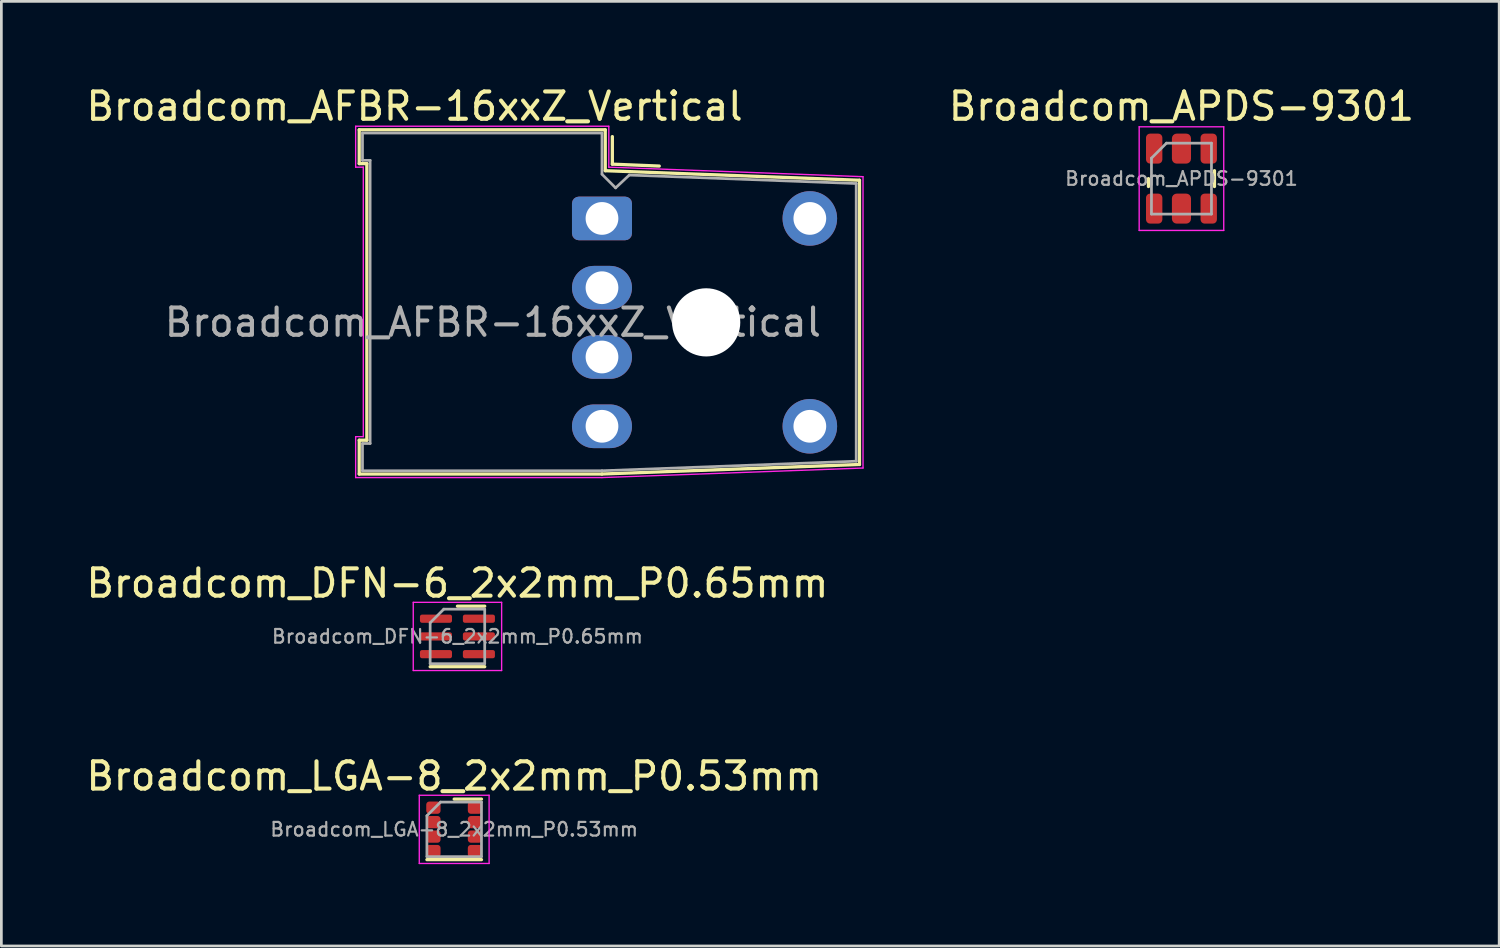
<source format=kicad_pcb>
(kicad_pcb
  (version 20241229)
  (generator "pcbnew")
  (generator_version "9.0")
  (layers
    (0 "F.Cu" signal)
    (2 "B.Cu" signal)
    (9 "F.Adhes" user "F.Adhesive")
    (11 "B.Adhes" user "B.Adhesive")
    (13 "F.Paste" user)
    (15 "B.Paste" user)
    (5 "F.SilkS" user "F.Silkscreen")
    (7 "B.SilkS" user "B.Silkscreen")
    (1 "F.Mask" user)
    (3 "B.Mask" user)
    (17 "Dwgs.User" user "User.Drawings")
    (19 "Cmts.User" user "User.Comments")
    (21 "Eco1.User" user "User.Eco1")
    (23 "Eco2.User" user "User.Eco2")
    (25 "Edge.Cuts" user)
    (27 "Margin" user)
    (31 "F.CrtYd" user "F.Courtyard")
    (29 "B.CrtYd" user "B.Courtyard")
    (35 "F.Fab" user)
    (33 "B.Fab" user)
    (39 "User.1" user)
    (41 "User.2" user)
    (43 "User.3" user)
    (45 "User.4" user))
  (footprint "Broadcom_AFBR-16xxZ_Vertical"
    (layer "F.Cu")
    (at 19.019 4.958)
    (property "Reference" "Broadcom_AFBR-16xxZ_Vertical" (at -6.87 -4.11 0) (layer "F.SilkS") (effects (font (size 1 1) (thickness 0.15))))
    (attr through_hole)
    (fp_line (start -8.9 -3.25) (end 0.12 -3.25) (stroke (width 0.12) (type solid)) (layer "F.SilkS"))
    (fp_line (start -8.9 -2.01) (end -8.9 -3.25) (stroke (width 0.12) (type solid)) (layer "F.SilkS"))
    (fp_line (start -8.9 8.13) (end -8.62 8.13) (stroke (width 0.12) (type solid)) (layer "F.SilkS"))
    (fp_line (start -8.9 9.37) (end -8.9 8.13) (stroke (width 0.12) (type solid)) (layer "F.SilkS"))
    (fp_line (start -8.62 -2.01) (end -8.9 -2.01) (stroke (width 0.12) (type solid)) (layer "F.SilkS"))
    (fp_line (start -8.62 8.13) (end -8.62 -2.01) (stroke (width 0.12) (type solid)) (layer "F.SilkS"))
    (fp_line (start 0 9.37) (end -8.9 9.37) (stroke (width 0.12) (type solid)) (layer "F.SilkS"))
    (fp_line (start 0.12 -3.25) (end 0.12 -1.75) (stroke (width 0.12) (type solid)) (layer "F.SilkS"))
    (fp_line (start 0.12 -1.75) (end 9.44 -1.4) (stroke (width 0.12) (type solid)) (layer "F.SilkS"))
    (fp_line (start 0.38 -3) (end 0.38 -1.99) (stroke (width 0.12) (type solid)) (layer "F.SilkS"))
    (fp_line (start 0.38 -1.99) (end 2.1 -1.92) (stroke (width 0.12) (type solid)) (layer "F.SilkS"))
    (fp_line (start 9.44 -1.4) (end 9.44 9.02) (stroke (width 0.12) (type solid)) (layer "F.SilkS"))
    (fp_line (start 9.44 9.02) (end 0 9.37) (stroke (width 0.12) (type solid)) (layer "F.SilkS"))
    (fp_line (start -9.03 -3.38) (end -9.03 -1.88) (stroke (width 0.05) (type solid)) (layer "F.CrtYd"))
    (fp_line (start -9.03 -1.88) (end -8.75 -1.88) (stroke (width 0.05) (type solid)) (layer "F.CrtYd"))
    (fp_line (start -9.03 8) (end -9.03 9.5) (stroke (width 0.05) (type solid)) (layer "F.CrtYd"))
    (fp_line (start -9.03 9.5) (end 0 9.5) (stroke (width 0.05) (type solid)) (layer "F.CrtYd"))
    (fp_line (start -8.75 -1.88) (end -8.75 8) (stroke (width 0.05) (type solid)) (layer "F.CrtYd"))
    (fp_line (start -8.75 8) (end -9.03 8) (stroke (width 0.05) (type solid)) (layer "F.CrtYd"))
    (fp_line (start 0 9.5) (end 9.57 9.15) (stroke (width 0.05) (type solid)) (layer "F.CrtYd"))
    (fp_line (start 0.25 -3.38) (end -9.03 -3.38) (stroke (width 0.05) (type solid)) (layer "F.CrtYd"))
    (fp_line (start 0.25 -1.88) (end 0.25 -3.38) (stroke (width 0.05) (type solid)) (layer "F.CrtYd"))
    (fp_line (start 9.57 -1.53) (end 0.25 -1.88) (stroke (width 0.05) (type solid)) (layer "F.CrtYd"))
    (fp_line (start 9.57 9.15) (end 9.57 -1.53) (stroke (width 0.05) (type solid)) (layer "F.CrtYd"))
    (fp_line (start -8.78 -3.13) (end -8.78 -2.13) (stroke (width 0.1) (type solid)) (layer "F.Fab"))
    (fp_line (start -8.78 -3.13) (end 0 -3.13) (stroke (width 0.1) (type solid)) (layer "F.Fab"))
    (fp_line (start -8.78 -2.13) (end -8.5 -2.13) (stroke (width 0.1) (type solid)) (layer "F.Fab"))
    (fp_line (start -8.78 8.25) (end -8.78 9.25) (stroke (width 0.1) (type solid)) (layer "F.Fab"))
    (fp_line (start -8.5 -2.13) (end -8.5 8.25) (stroke (width 0.1) (type solid)) (layer "F.Fab"))
    (fp_line (start -8.5 8.25) (end -8.78 8.25) (stroke (width 0.1) (type solid)) (layer "F.Fab"))
    (fp_line (start 0 -1.63) (end 0 -3.13) (stroke (width 0.1) (type solid)) (layer "F.Fab"))
    (fp_line (start 0 -1.62) (end 0.5 -1.12) (stroke (width 0.1) (type solid)) (layer "F.Fab"))
    (fp_line (start 0 9.25) (end -8.78 9.25) (stroke (width 0.1) (type solid)) (layer "F.Fab"))
    (fp_line (start 0 9.25) (end 9.32 8.9) (stroke (width 0.1) (type solid)) (layer "F.Fab"))
    (fp_line (start 0.5 -1.12) (end 1 -1.59) (stroke (width 0.1) (type solid)) (layer "F.Fab"))
    (fp_line (start 9.32 -1.28) (end 1 -1.59) (stroke (width 0.1) (type solid)) (layer "F.Fab"))
    (fp_line (start 9.32 8.9) (end 9.32 -1.28) (stroke (width 0.1) (type solid)) (layer "F.Fab"))
    (fp_text user "${REFERENCE}" (at -4 3.81 0) (layer "F.Fab") (effects (font (size 1 1) (thickness 0.15))))
    (pad "" np_thru_hole circle (at 3.82 3.81) (size 2.5 2.5) (drill 2.5) (layers "*.Cu" "*.Mask"))
    (pad "1" thru_hole roundrect (at 0 0) (size 2.2 1.6) (drill 1.2) (layers "*.Cu" "*.Mask") (roundrect_rratio 0.156))
    (pad "2" thru_hole oval (at 0 2.54) (size 2.2 1.6) (drill 1.2) (layers "*.Cu" "*.Mask"))
    (pad "3" thru_hole oval (at 0 5.08) (size 2.2 1.6) (drill 1.2) (layers "*.Cu" "*.Mask"))
    (pad "4" thru_hole oval (at 0 7.62) (size 2.2 1.6) (drill 1.2) (layers "*.Cu" "*.Mask"))
    (pad "5" thru_hole circle (at 7.62 7.62) (size 2 2) (drill 1.2) (layers "*.Cu" "*.Mask"))
    (pad "8" thru_hole circle (at 7.62 0) (size 2 2) (drill 1.2) (layers "*.Cu" "*.Mask")))
  (footprint "Broadcom_APDS-9301"
    (layer "F.Cu")
    (at 40.263 3.498)
    (property "Reference" "Broadcom_APDS-9301" (at 0 -2.65 0) (layer "F.SilkS") (effects (font (size 1 1) (thickness 0.15))))
    (attr smd)
    (fp_line (start -1.21 0) (end -1.21 0.29) (stroke (width 0.12) (type solid)) (layer "F.SilkS"))
    (fp_line (start 1.21 -0.29) (end 1.21 0.29) (stroke (width 0.12) (type solid)) (layer "F.SilkS"))
    (fp_line (start -1.55 -1.9) (end 1.55 -1.9) (stroke (width 0.05) (type solid)) (layer "F.CrtYd"))
    (fp_line (start -1.55 1.9) (end -1.55 -1.9) (stroke (width 0.05) (type solid)) (layer "F.CrtYd"))
    (fp_line (start 1.55 -1.9) (end 1.55 1.9) (stroke (width 0.05) (type solid)) (layer "F.CrtYd"))
    (fp_line (start 1.55 1.9) (end -1.55 1.9) (stroke (width 0.05) (type solid)) (layer "F.CrtYd"))
    (fp_line (start -1.1 -0.75) (end -1.1 1.3) (stroke (width 0.1) (type solid)) (layer "F.Fab"))
    (fp_line (start -1.1 1.3) (end 1.1 1.3) (stroke (width 0.1) (type solid)) (layer "F.Fab"))
    (fp_line (start -0.55 -1.3) (end -1.1 -0.75) (stroke (width 0.1) (type solid)) (layer "F.Fab"))
    (fp_line (start 1.1 -1.3) (end -0.55 -1.3) (stroke (width 0.1) (type solid)) (layer "F.Fab"))
    (fp_line (start 1.1 1.3) (end 1.1 -1.3) (stroke (width 0.1) (type solid)) (layer "F.Fab"))
    (fp_text user "${REFERENCE}" (at 0 0 0) (layer "F.Fab") (effects (font (size 0.5 0.5) (thickness 0.08))))
    (pad "1" smd roundrect (at -1 -1.1) (size 0.6 1.1) (layers "F.Cu" "F.Mask" "F.Paste") (roundrect_rratio 0.25))
    (pad "2" smd roundrect (at -1 1.1) (size 0.6 1.1) (layers "F.Cu" "F.Mask" "F.Paste") (roundrect_rratio 0.25))
    (pad "3" smd roundrect (at 0 1.1) (size 0.7 1.1) (layers "F.Cu" "F.Mask" "F.Paste") (roundrect_rratio 0.25))
    (pad "4" smd roundrect (at 1 1.1) (size 0.6 1.1) (layers "F.Cu" "F.Mask" "F.Paste") (roundrect_rratio 0.25))
    (pad "5" smd roundrect (at 1 -1.1) (size 0.6 1.1) (layers "F.Cu" "F.Mask" "F.Paste") (roundrect_rratio 0.25))
    (pad "6" smd roundrect (at 0 -1.1) (size 0.7 1.1) (layers "F.Cu" "F.Mask" "F.Paste") (roundrect_rratio 0.25)))
  (footprint "Broadcom_DFN-6_2x2mm_P0.65mm"
    (layer "F.Cu")
    (at 13.72 20.282)
    (property "Reference" "Broadcom_DFN-6_2x2mm_P0.65mm" (at 0 -1.95 0) (layer "F.SilkS") (effects (font (size 1 1) (thickness 0.15))))
    (attr smd)
    (fp_line (start -1 1.11) (end 1 1.11) (stroke (width 0.12) (type solid)) (layer "F.SilkS"))
    (fp_line (start 0 -1.11) (end 1 -1.11) (stroke (width 0.12) (type solid)) (layer "F.SilkS"))
    (fp_line (start -1.62 -1.25) (end -1.62 1.25) (stroke (width 0.05) (type solid)) (layer "F.CrtYd"))
    (fp_line (start -1.62 1.25) (end 1.62 1.25) (stroke (width 0.05) (type solid)) (layer "F.CrtYd"))
    (fp_line (start 1.62 -1.25) (end -1.62 -1.25) (stroke (width 0.05) (type solid)) (layer "F.CrtYd"))
    (fp_line (start 1.62 1.25) (end 1.62 -1.25) (stroke (width 0.05) (type solid)) (layer "F.CrtYd"))
    (fp_line (start -1 -0.5) (end -0.5 -1) (stroke (width 0.1) (type solid)) (layer "F.Fab"))
    (fp_line (start -1 1) (end -1 -0.5) (stroke (width 0.1) (type solid)) (layer "F.Fab"))
    (fp_line (start -0.5 -1) (end 1 -1) (stroke (width 0.1) (type solid)) (layer "F.Fab"))
    (fp_line (start 1 -1) (end 1 1) (stroke (width 0.1) (type solid)) (layer "F.Fab"))
    (fp_line (start 1 1) (end -1 1) (stroke (width 0.1) (type solid)) (layer "F.Fab"))
    (fp_text user "${REFERENCE}" (at 0 0 0) (layer "F.Fab") (effects (font (size 0.5 0.5) (thickness 0.08))))
    (pad "1" smd roundrect (at -0.787 -0.65) (size 1.175 0.3) (layers "F.Cu" "F.Mask" "F.Paste") (roundrect_rratio 0.25))
    (pad "2" smd roundrect (at -0.787 0) (size 1.175 0.3) (layers "F.Cu" "F.Mask" "F.Paste") (roundrect_rratio 0.25))
    (pad "3" smd roundrect (at -0.787 0.65) (size 1.175 0.3) (layers "F.Cu" "F.Mask" "F.Paste") (roundrect_rratio 0.25))
    (pad "4" smd roundrect (at 0.787 0.65) (size 1.175 0.3) (layers "F.Cu" "F.Mask" "F.Paste") (roundrect_rratio 0.25))
    (pad "5" smd roundrect (at 0.787 0) (size 1.175 0.3) (layers "F.Cu" "F.Mask" "F.Paste") (roundrect_rratio 0.25))
    (pad "6" smd roundrect (at 0.787 -0.65) (size 1.175 0.3) (layers "F.Cu" "F.Mask" "F.Paste") (roundrect_rratio 0.25)))
  (footprint "Broadcom_LGA-8_2x2mm_P0.53mm"
    (layer "F.Cu")
    (at 13.601 27.355)
    (property "Reference" "Broadcom_LGA-8_2x2mm_P0.53mm" (at 0 -1.95 0) (layer "F.SilkS") (effects (font (size 1 1) (thickness 0.15))))
    (attr smd)
    (fp_line (start -1 1.11) (end 1 1.11) (stroke (width 0.12) (type solid)) (layer "F.SilkS"))
    (fp_line (start 0 -1.11) (end 1 -1.11) (stroke (width 0.12) (type solid)) (layer "F.SilkS"))
    (fp_line (start -1.28 -1.25) (end -1.28 1.25) (stroke (width 0.05) (type solid)) (layer "F.CrtYd"))
    (fp_line (start -1.28 1.25) (end 1.28 1.25) (stroke (width 0.05) (type solid)) (layer "F.CrtYd"))
    (fp_line (start 1.28 -1.25) (end -1.28 -1.25) (stroke (width 0.05) (type solid)) (layer "F.CrtYd"))
    (fp_line (start 1.28 1.25) (end 1.28 -1.25) (stroke (width 0.05) (type solid)) (layer "F.CrtYd"))
    (fp_line (start -1 -0.5) (end -0.5 -1) (stroke (width 0.1) (type solid)) (layer "F.Fab"))
    (fp_line (start -1 1) (end -1 -0.5) (stroke (width 0.1) (type solid)) (layer "F.Fab"))
    (fp_line (start -0.5 -1) (end 1 -1) (stroke (width 0.1) (type solid)) (layer "F.Fab"))
    (fp_line (start 1 -1) (end 1 1) (stroke (width 0.1) (type solid)) (layer "F.Fab"))
    (fp_line (start 1 1) (end -1 1) (stroke (width 0.1) (type solid)) (layer "F.Fab"))
    (fp_text user "${REFERENCE}" (at 0 0 0) (layer "F.Fab") (effects (font (size 0.5 0.5) (thickness 0.08))))
    (pad "1" smd roundrect (at -0.762 -0.795) (size 0.525 0.45) (layers "F.Cu" "F.Mask" "F.Paste") (roundrect_rratio 0.25))
    (pad "2" smd roundrect (at -0.762 -0.265) (size 0.525 0.45) (layers "F.Cu" "F.Mask" "F.Paste") (roundrect_rratio 0.25))
    (pad "3" smd roundrect (at -0.762 0.265) (size 0.525 0.45) (layers "F.Cu" "F.Mask" "F.Paste") (roundrect_rratio 0.25))
    (pad "4" smd roundrect (at -0.762 0.795) (size 0.525 0.45) (layers "F.Cu" "F.Mask" "F.Paste") (roundrect_rratio 0.25))
    (pad "5" smd roundrect (at 0.762 0.795) (size 0.525 0.45) (layers "F.Cu" "F.Mask" "F.Paste") (roundrect_rratio 0.25))
    (pad "6" smd roundrect (at 0.762 0.265) (size 0.525 0.45) (layers "F.Cu" "F.Mask" "F.Paste") (roundrect_rratio 0.25))
    (pad "7" smd roundrect (at 0.762 -0.265) (size 0.525 0.45) (layers "F.Cu" "F.Mask" "F.Paste") (roundrect_rratio 0.25))
    (pad "8" smd roundrect (at 0.762 -0.795) (size 0.525 0.45) (layers "F.Cu" "F.Mask" "F.Paste") (roundrect_rratio 0.25)))
  (gr_rect
    (start -3 -3)
    (end 51.911 31.63)
    (stroke (width 0.1) (type default))
    (fill no)
    (layer "Edge.Cuts")))
</source>
